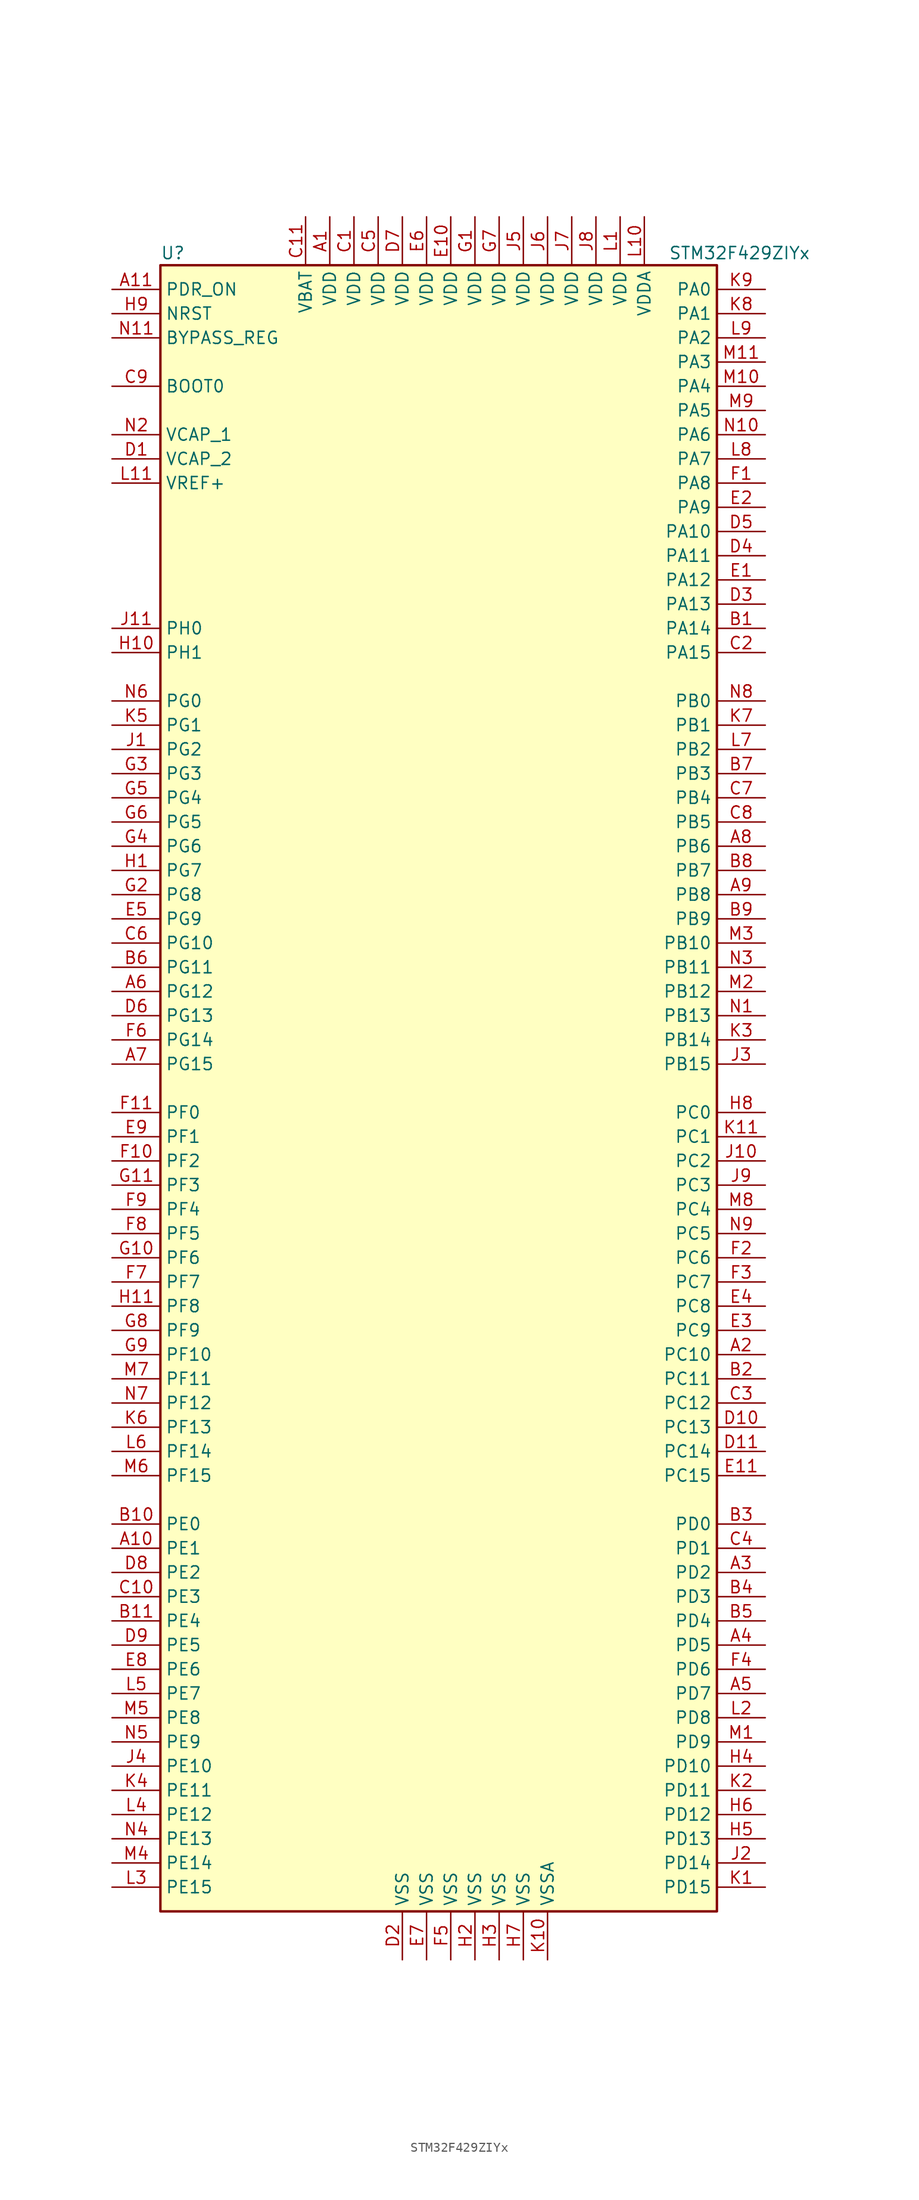
<source format=kicad_sym>
(kicad_symbol_lib
  (version 20201005)
  (generator kicad_symbol_editor)
  (symbol "STM32F429ZIYx"
    (property "Reference" "U"
      (at -30.48 87.63 0)
      (effects (font (size 1.27 1.27)) (justify left)))
    (property "Value" "STM32F429ZIYx"
      (at 22.86 87.63 0)
      (effects (font (size 1.27 1.27)) (justify left)))
    (symbol "STM32F429ZIYx_0_1"
      (rectangle (start -30.48 -86.36) (end 27.94 86.36) (stroke (width 0.254)) (fill (type background))))
    (symbol "STM32F429ZIYx_1_1"
      (pin input line (at -35.56 73.66 0) (length 5.08) (name "BOOT0" (effects (font (size 1.27 1.27)))) (number "C9" (effects (font (size 1.27 1.27)))))
      (pin input line (at -35.56 78.74 0) (length 5.08) (name "BYPASS_REG" (effects (font (size 1.27 1.27)))) (number "N11" (effects (font (size 1.27 1.27)))))
      (pin input line (at -35.56 81.28 0) (length 5.08) (name "NRST" (effects (font (size 1.27 1.27)))) (number "H9" (effects (font (size 1.27 1.27)))))
      (pin bidirectional line (at 33.02 83.82 180) (length 5.08) (name "PA0" (effects (font (size 1.27 1.27)))) (number "K9" (effects (font (size 1.27 1.27)))))
      (pin bidirectional line (at 33.02 81.28 180) (length 5.08) (name "PA1" (effects (font (size 1.27 1.27)))) (number "K8" (effects (font (size 1.27 1.27)))))
      (pin bidirectional line (at 33.02 58.42 180) (length 5.08) (name "PA10" (effects (font (size 1.27 1.27)))) (number "D5" (effects (font (size 1.27 1.27)))))
      (pin bidirectional line (at 33.02 55.88 180) (length 5.08) (name "PA11" (effects (font (size 1.27 1.27)))) (number "D4" (effects (font (size 1.27 1.27)))))
      (pin bidirectional line (at 33.02 53.34 180) (length 5.08) (name "PA12" (effects (font (size 1.27 1.27)))) (number "E1" (effects (font (size 1.27 1.27)))))
      (pin bidirectional line (at 33.02 50.8 180) (length 5.08) (name "PA13" (effects (font (size 1.27 1.27)))) (number "D3" (effects (font (size 1.27 1.27)))))
      (pin bidirectional line (at 33.02 48.26 180) (length 5.08) (name "PA14" (effects (font (size 1.27 1.27)))) (number "B1" (effects (font (size 1.27 1.27)))))
      (pin bidirectional line (at 33.02 45.72 180) (length 5.08) (name "PA15" (effects (font (size 1.27 1.27)))) (number "C2" (effects (font (size 1.27 1.27)))))
      (pin bidirectional line (at 33.02 78.74 180) (length 5.08) (name "PA2" (effects (font (size 1.27 1.27)))) (number "L9" (effects (font (size 1.27 1.27)))))
      (pin bidirectional line (at 33.02 76.2 180) (length 5.08) (name "PA3" (effects (font (size 1.27 1.27)))) (number "M11" (effects (font (size 1.27 1.27)))))
      (pin bidirectional line (at 33.02 73.66 180) (length 5.08) (name "PA4" (effects (font (size 1.27 1.27)))) (number "M10" (effects (font (size 1.27 1.27)))))
      (pin bidirectional line (at 33.02 71.12 180) (length 5.08) (name "PA5" (effects (font (size 1.27 1.27)))) (number "M9" (effects (font (size 1.27 1.27)))))
      (pin bidirectional line (at 33.02 68.58 180) (length 5.08) (name "PA6" (effects (font (size 1.27 1.27)))) (number "N10" (effects (font (size 1.27 1.27)))))
      (pin bidirectional line (at 33.02 66.04 180) (length 5.08) (name "PA7" (effects (font (size 1.27 1.27)))) (number "L8" (effects (font (size 1.27 1.27)))))
      (pin bidirectional line (at 33.02 63.5 180) (length 5.08) (name "PA8" (effects (font (size 1.27 1.27)))) (number "F1" (effects (font (size 1.27 1.27)))))
      (pin bidirectional line (at 33.02 60.96 180) (length 5.08) (name "PA9" (effects (font (size 1.27 1.27)))) (number "E2" (effects (font (size 1.27 1.27)))))
      (pin bidirectional line (at 33.02 40.64 180) (length 5.08) (name "PB0" (effects (font (size 1.27 1.27)))) (number "N8" (effects (font (size 1.27 1.27)))))
      (pin bidirectional line (at 33.02 38.1 180) (length 5.08) (name "PB1" (effects (font (size 1.27 1.27)))) (number "K7" (effects (font (size 1.27 1.27)))))
      (pin bidirectional line (at 33.02 15.24 180) (length 5.08) (name "PB10" (effects (font (size 1.27 1.27)))) (number "M3" (effects (font (size 1.27 1.27)))))
      (pin bidirectional line (at 33.02 12.7 180) (length 5.08) (name "PB11" (effects (font (size 1.27 1.27)))) (number "N3" (effects (font (size 1.27 1.27)))))
      (pin bidirectional line (at 33.02 10.16 180) (length 5.08) (name "PB12" (effects (font (size 1.27 1.27)))) (number "M2" (effects (font (size 1.27 1.27)))))
      (pin bidirectional line (at 33.02 7.62 180) (length 5.08) (name "PB13" (effects (font (size 1.27 1.27)))) (number "N1" (effects (font (size 1.27 1.27)))))
      (pin bidirectional line (at 33.02 5.08 180) (length 5.08) (name "PB14" (effects (font (size 1.27 1.27)))) (number "K3" (effects (font (size 1.27 1.27)))))
      (pin bidirectional line (at 33.02 2.54 180) (length 5.08) (name "PB15" (effects (font (size 1.27 1.27)))) (number "J3" (effects (font (size 1.27 1.27)))))
      (pin bidirectional line (at 33.02 35.56 180) (length 5.08) (name "PB2" (effects (font (size 1.27 1.27)))) (number "L7" (effects (font (size 1.27 1.27)))))
      (pin bidirectional line (at 33.02 33.02 180) (length 5.08) (name "PB3" (effects (font (size 1.27 1.27)))) (number "B7" (effects (font (size 1.27 1.27)))))
      (pin bidirectional line (at 33.02 30.48 180) (length 5.08) (name "PB4" (effects (font (size 1.27 1.27)))) (number "C7" (effects (font (size 1.27 1.27)))))
      (pin bidirectional line (at 33.02 27.94 180) (length 5.08) (name "PB5" (effects (font (size 1.27 1.27)))) (number "C8" (effects (font (size 1.27 1.27)))))
      (pin bidirectional line (at 33.02 25.4 180) (length 5.08) (name "PB6" (effects (font (size 1.27 1.27)))) (number "A8" (effects (font (size 1.27 1.27)))))
      (pin bidirectional line (at 33.02 22.86 180) (length 5.08) (name "PB7" (effects (font (size 1.27 1.27)))) (number "B8" (effects (font (size 1.27 1.27)))))
      (pin bidirectional line (at 33.02 20.32 180) (length 5.08) (name "PB8" (effects (font (size 1.27 1.27)))) (number "A9" (effects (font (size 1.27 1.27)))))
      (pin bidirectional line (at 33.02 17.78 180) (length 5.08) (name "PB9" (effects (font (size 1.27 1.27)))) (number "B9" (effects (font (size 1.27 1.27)))))
      (pin bidirectional line (at 33.02 -2.54 180) (length 5.08) (name "PC0" (effects (font (size 1.27 1.27)))) (number "H8" (effects (font (size 1.27 1.27)))))
      (pin bidirectional line (at 33.02 -5.08 180) (length 5.08) (name "PC1" (effects (font (size 1.27 1.27)))) (number "K11" (effects (font (size 1.27 1.27)))))
      (pin bidirectional line (at 33.02 -27.94 180) (length 5.08) (name "PC10" (effects (font (size 1.27 1.27)))) (number "A2" (effects (font (size 1.27 1.27)))))
      (pin bidirectional line (at 33.02 -30.48 180) (length 5.08) (name "PC11" (effects (font (size 1.27 1.27)))) (number "B2" (effects (font (size 1.27 1.27)))))
      (pin bidirectional line (at 33.02 -33.02 180) (length 5.08) (name "PC12" (effects (font (size 1.27 1.27)))) (number "C3" (effects (font (size 1.27 1.27)))))
      (pin bidirectional line (at 33.02 -35.56 180) (length 5.08) (name "PC13" (effects (font (size 1.27 1.27)))) (number "D10" (effects (font (size 1.27 1.27)))))
      (pin bidirectional line (at 33.02 -38.1 180) (length 5.08) (name "PC14" (effects (font (size 1.27 1.27)))) (number "D11" (effects (font (size 1.27 1.27)))))
      (pin bidirectional line (at 33.02 -40.64 180) (length 5.08) (name "PC15" (effects (font (size 1.27 1.27)))) (number "E11" (effects (font (size 1.27 1.27)))))
      (pin bidirectional line (at 33.02 -7.62 180) (length 5.08) (name "PC2" (effects (font (size 1.27 1.27)))) (number "J10" (effects (font (size 1.27 1.27)))))
      (pin bidirectional line (at 33.02 -10.16 180) (length 5.08) (name "PC3" (effects (font (size 1.27 1.27)))) (number "J9" (effects (font (size 1.27 1.27)))))
      (pin bidirectional line (at 33.02 -12.7 180) (length 5.08) (name "PC4" (effects (font (size 1.27 1.27)))) (number "M8" (effects (font (size 1.27 1.27)))))
      (pin bidirectional line (at 33.02 -15.24 180) (length 5.08) (name "PC5" (effects (font (size 1.27 1.27)))) (number "N9" (effects (font (size 1.27 1.27)))))
      (pin bidirectional line (at 33.02 -17.78 180) (length 5.08) (name "PC6" (effects (font (size 1.27 1.27)))) (number "F2" (effects (font (size 1.27 1.27)))))
      (pin bidirectional line (at 33.02 -20.32 180) (length 5.08) (name "PC7" (effects (font (size 1.27 1.27)))) (number "F3" (effects (font (size 1.27 1.27)))))
      (pin bidirectional line (at 33.02 -22.86 180) (length 5.08) (name "PC8" (effects (font (size 1.27 1.27)))) (number "E4" (effects (font (size 1.27 1.27)))))
      (pin bidirectional line (at 33.02 -25.4 180) (length 5.08) (name "PC9" (effects (font (size 1.27 1.27)))) (number "E3" (effects (font (size 1.27 1.27)))))
      (pin bidirectional line (at 33.02 -45.72 180) (length 5.08) (name "PD0" (effects (font (size 1.27 1.27)))) (number "B3" (effects (font (size 1.27 1.27)))))
      (pin bidirectional line (at 33.02 -48.26 180) (length 5.08) (name "PD1" (effects (font (size 1.27 1.27)))) (number "C4" (effects (font (size 1.27 1.27)))))
      (pin bidirectional line (at 33.02 -71.12 180) (length 5.08) (name "PD10" (effects (font (size 1.27 1.27)))) (number "H4" (effects (font (size 1.27 1.27)))))
      (pin bidirectional line (at 33.02 -73.66 180) (length 5.08) (name "PD11" (effects (font (size 1.27 1.27)))) (number "K2" (effects (font (size 1.27 1.27)))))
      (pin bidirectional line (at 33.02 -76.2 180) (length 5.08) (name "PD12" (effects (font (size 1.27 1.27)))) (number "H6" (effects (font (size 1.27 1.27)))))
      (pin bidirectional line (at 33.02 -78.74 180) (length 5.08) (name "PD13" (effects (font (size 1.27 1.27)))) (number "H5" (effects (font (size 1.27 1.27)))))
      (pin bidirectional line (at 33.02 -81.28 180) (length 5.08) (name "PD14" (effects (font (size 1.27 1.27)))) (number "J2" (effects (font (size 1.27 1.27)))))
      (pin bidirectional line (at 33.02 -83.82 180) (length 5.08) (name "PD15" (effects (font (size 1.27 1.27)))) (number "K1" (effects (font (size 1.27 1.27)))))
      (pin bidirectional line (at 33.02 -50.8 180) (length 5.08) (name "PD2" (effects (font (size 1.27 1.27)))) (number "A3" (effects (font (size 1.27 1.27)))))
      (pin bidirectional line (at 33.02 -53.34 180) (length 5.08) (name "PD3" (effects (font (size 1.27 1.27)))) (number "B4" (effects (font (size 1.27 1.27)))))
      (pin bidirectional line (at 33.02 -55.88 180) (length 5.08) (name "PD4" (effects (font (size 1.27 1.27)))) (number "B5" (effects (font (size 1.27 1.27)))))
      (pin bidirectional line (at 33.02 -58.42 180) (length 5.08) (name "PD5" (effects (font (size 1.27 1.27)))) (number "A4" (effects (font (size 1.27 1.27)))))
      (pin bidirectional line (at 33.02 -60.96 180) (length 5.08) (name "PD6" (effects (font (size 1.27 1.27)))) (number "F4" (effects (font (size 1.27 1.27)))))
      (pin bidirectional line (at 33.02 -63.5 180) (length 5.08) (name "PD7" (effects (font (size 1.27 1.27)))) (number "A5" (effects (font (size 1.27 1.27)))))
      (pin bidirectional line (at 33.02 -66.04 180) (length 5.08) (name "PD8" (effects (font (size 1.27 1.27)))) (number "L2" (effects (font (size 1.27 1.27)))))
      (pin bidirectional line (at 33.02 -68.58 180) (length 5.08) (name "PD9" (effects (font (size 1.27 1.27)))) (number "M1" (effects (font (size 1.27 1.27)))))
      (pin input line (at -35.56 83.82 0) (length 5.08) (name "PDR_ON" (effects (font (size 1.27 1.27)))) (number "A11" (effects (font (size 1.27 1.27)))))
      (pin bidirectional line (at -35.56 -45.72 0) (length 5.08) (name "PE0" (effects (font (size 1.27 1.27)))) (number "B10" (effects (font (size 1.27 1.27)))))
      (pin bidirectional line (at -35.56 -48.26 0) (length 5.08) (name "PE1" (effects (font (size 1.27 1.27)))) (number "A10" (effects (font (size 1.27 1.27)))))
      (pin bidirectional line (at -35.56 -71.12 0) (length 5.08) (name "PE10" (effects (font (size 1.27 1.27)))) (number "J4" (effects (font (size 1.27 1.27)))))
      (pin bidirectional line (at -35.56 -73.66 0) (length 5.08) (name "PE11" (effects (font (size 1.27 1.27)))) (number "K4" (effects (font (size 1.27 1.27)))))
      (pin bidirectional line (at -35.56 -76.2 0) (length 5.08) (name "PE12" (effects (font (size 1.27 1.27)))) (number "L4" (effects (font (size 1.27 1.27)))))
      (pin bidirectional line (at -35.56 -78.74 0) (length 5.08) (name "PE13" (effects (font (size 1.27 1.27)))) (number "N4" (effects (font (size 1.27 1.27)))))
      (pin bidirectional line (at -35.56 -81.28 0) (length 5.08) (name "PE14" (effects (font (size 1.27 1.27)))) (number "M4" (effects (font (size 1.27 1.27)))))
      (pin bidirectional line (at -35.56 -83.82 0) (length 5.08) (name "PE15" (effects (font (size 1.27 1.27)))) (number "L3" (effects (font (size 1.27 1.27)))))
      (pin bidirectional line (at -35.56 -50.8 0) (length 5.08) (name "PE2" (effects (font (size 1.27 1.27)))) (number "D8" (effects (font (size 1.27 1.27)))))
      (pin bidirectional line (at -35.56 -53.34 0) (length 5.08) (name "PE3" (effects (font (size 1.27 1.27)))) (number "C10" (effects (font (size 1.27 1.27)))))
      (pin bidirectional line (at -35.56 -55.88 0) (length 5.08) (name "PE4" (effects (font (size 1.27 1.27)))) (number "B11" (effects (font (size 1.27 1.27)))))
      (pin bidirectional line (at -35.56 -58.42 0) (length 5.08) (name "PE5" (effects (font (size 1.27 1.27)))) (number "D9" (effects (font (size 1.27 1.27)))))
      (pin bidirectional line (at -35.56 -60.96 0) (length 5.08) (name "PE6" (effects (font (size 1.27 1.27)))) (number "E8" (effects (font (size 1.27 1.27)))))
      (pin bidirectional line (at -35.56 -63.5 0) (length 5.08) (name "PE7" (effects (font (size 1.27 1.27)))) (number "L5" (effects (font (size 1.27 1.27)))))
      (pin bidirectional line (at -35.56 -66.04 0) (length 5.08) (name "PE8" (effects (font (size 1.27 1.27)))) (number "M5" (effects (font (size 1.27 1.27)))))
      (pin bidirectional line (at -35.56 -68.58 0) (length 5.08) (name "PE9" (effects (font (size 1.27 1.27)))) (number "N5" (effects (font (size 1.27 1.27)))))
      (pin bidirectional line (at -35.56 -2.54 0) (length 5.08) (name "PF0" (effects (font (size 1.27 1.27)))) (number "F11" (effects (font (size 1.27 1.27)))))
      (pin bidirectional line (at -35.56 -5.08 0) (length 5.08) (name "PF1" (effects (font (size 1.27 1.27)))) (number "E9" (effects (font (size 1.27 1.27)))))
      (pin bidirectional line (at -35.56 -27.94 0) (length 5.08) (name "PF10" (effects (font (size 1.27 1.27)))) (number "G9" (effects (font (size 1.27 1.27)))))
      (pin bidirectional line (at -35.56 -30.48 0) (length 5.08) (name "PF11" (effects (font (size 1.27 1.27)))) (number "M7" (effects (font (size 1.27 1.27)))))
      (pin bidirectional line (at -35.56 -33.02 0) (length 5.08) (name "PF12" (effects (font (size 1.27 1.27)))) (number "N7" (effects (font (size 1.27 1.27)))))
      (pin bidirectional line (at -35.56 -35.56 0) (length 5.08) (name "PF13" (effects (font (size 1.27 1.27)))) (number "K6" (effects (font (size 1.27 1.27)))))
      (pin bidirectional line (at -35.56 -38.1 0) (length 5.08) (name "PF14" (effects (font (size 1.27 1.27)))) (number "L6" (effects (font (size 1.27 1.27)))))
      (pin bidirectional line (at -35.56 -40.64 0) (length 5.08) (name "PF15" (effects (font (size 1.27 1.27)))) (number "M6" (effects (font (size 1.27 1.27)))))
      (pin bidirectional line (at -35.56 -7.62 0) (length 5.08) (name "PF2" (effects (font (size 1.27 1.27)))) (number "F10" (effects (font (size 1.27 1.27)))))
      (pin bidirectional line (at -35.56 -10.16 0) (length 5.08) (name "PF3" (effects (font (size 1.27 1.27)))) (number "G11" (effects (font (size 1.27 1.27)))))
      (pin bidirectional line (at -35.56 -12.7 0) (length 5.08) (name "PF4" (effects (font (size 1.27 1.27)))) (number "F9" (effects (font (size 1.27 1.27)))))
      (pin bidirectional line (at -35.56 -15.24 0) (length 5.08) (name "PF5" (effects (font (size 1.27 1.27)))) (number "F8" (effects (font (size 1.27 1.27)))))
      (pin bidirectional line (at -35.56 -17.78 0) (length 5.08) (name "PF6" (effects (font (size 1.27 1.27)))) (number "G10" (effects (font (size 1.27 1.27)))))
      (pin bidirectional line (at -35.56 -20.32 0) (length 5.08) (name "PF7" (effects (font (size 1.27 1.27)))) (number "F7" (effects (font (size 1.27 1.27)))))
      (pin bidirectional line (at -35.56 -22.86 0) (length 5.08) (name "PF8" (effects (font (size 1.27 1.27)))) (number "H11" (effects (font (size 1.27 1.27)))))
      (pin bidirectional line (at -35.56 -25.4 0) (length 5.08) (name "PF9" (effects (font (size 1.27 1.27)))) (number "G8" (effects (font (size 1.27 1.27)))))
      (pin bidirectional line (at -35.56 40.64 0) (length 5.08) (name "PG0" (effects (font (size 1.27 1.27)))) (number "N6" (effects (font (size 1.27 1.27)))))
      (pin bidirectional line (at -35.56 38.1 0) (length 5.08) (name "PG1" (effects (font (size 1.27 1.27)))) (number "K5" (effects (font (size 1.27 1.27)))))
      (pin bidirectional line (at -35.56 15.24 0) (length 5.08) (name "PG10" (effects (font (size 1.27 1.27)))) (number "C6" (effects (font (size 1.27 1.27)))))
      (pin bidirectional line (at -35.56 12.7 0) (length 5.08) (name "PG11" (effects (font (size 1.27 1.27)))) (number "B6" (effects (font (size 1.27 1.27)))))
      (pin bidirectional line (at -35.56 10.16 0) (length 5.08) (name "PG12" (effects (font (size 1.27 1.27)))) (number "A6" (effects (font (size 1.27 1.27)))))
      (pin bidirectional line (at -35.56 7.62 0) (length 5.08) (name "PG13" (effects (font (size 1.27 1.27)))) (number "D6" (effects (font (size 1.27 1.27)))))
      (pin bidirectional line (at -35.56 5.08 0) (length 5.08) (name "PG14" (effects (font (size 1.27 1.27)))) (number "F6" (effects (font (size 1.27 1.27)))))
      (pin bidirectional line (at -35.56 2.54 0) (length 5.08) (name "PG15" (effects (font (size 1.27 1.27)))) (number "A7" (effects (font (size 1.27 1.27)))))
      (pin bidirectional line (at -35.56 35.56 0) (length 5.08) (name "PG2" (effects (font (size 1.27 1.27)))) (number "J1" (effects (font (size 1.27 1.27)))))
      (pin bidirectional line (at -35.56 33.02 0) (length 5.08) (name "PG3" (effects (font (size 1.27 1.27)))) (number "G3" (effects (font (size 1.27 1.27)))))
      (pin bidirectional line (at -35.56 30.48 0) (length 5.08) (name "PG4" (effects (font (size 1.27 1.27)))) (number "G5" (effects (font (size 1.27 1.27)))))
      (pin bidirectional line (at -35.56 27.94 0) (length 5.08) (name "PG5" (effects (font (size 1.27 1.27)))) (number "G6" (effects (font (size 1.27 1.27)))))
      (pin bidirectional line (at -35.56 25.4 0) (length 5.08) (name "PG6" (effects (font (size 1.27 1.27)))) (number "G4" (effects (font (size 1.27 1.27)))))
      (pin bidirectional line (at -35.56 22.86 0) (length 5.08) (name "PG7" (effects (font (size 1.27 1.27)))) (number "H1" (effects (font (size 1.27 1.27)))))
      (pin bidirectional line (at -35.56 20.32 0) (length 5.08) (name "PG8" (effects (font (size 1.27 1.27)))) (number "G2" (effects (font (size 1.27 1.27)))))
      (pin bidirectional line (at -35.56 17.78 0) (length 5.08) (name "PG9" (effects (font (size 1.27 1.27)))) (number "E5" (effects (font (size 1.27 1.27)))))
      (pin input line (at -35.56 48.26 0) (length 5.08) (name "PH0" (effects (font (size 1.27 1.27)))) (number "J11" (effects (font (size 1.27 1.27)))))
      (pin input line (at -35.56 45.72 0) (length 5.08) (name "PH1" (effects (font (size 1.27 1.27)))) (number "H10" (effects (font (size 1.27 1.27)))))
      (pin power_in line (at -15.24 91.44 270) (length 5.08) (name "VBAT" (effects (font (size 1.27 1.27)))) (number "C11" (effects (font (size 1.27 1.27)))))
      (pin power_in line (at -35.56 68.58 0) (length 5.08) (name "VCAP_1" (effects (font (size 1.27 1.27)))) (number "N2" (effects (font (size 1.27 1.27)))))
      (pin power_in line (at -35.56 66.04 0) (length 5.08) (name "VCAP_2" (effects (font (size 1.27 1.27)))) (number "D1" (effects (font (size 1.27 1.27)))))
      (pin power_in line (at -12.7 91.44 270) (length 5.08) (name "VDD" (effects (font (size 1.27 1.27)))) (number "A1" (effects (font (size 1.27 1.27)))))
      (pin power_in line (at -10.16 91.44 270) (length 5.08) (name "VDD" (effects (font (size 1.27 1.27)))) (number "C1" (effects (font (size 1.27 1.27)))))
      (pin power_in line (at -7.62 91.44 270) (length 5.08) (name "VDD" (effects (font (size 1.27 1.27)))) (number "C5" (effects (font (size 1.27 1.27)))))
      (pin power_in line (at -5.08 91.44 270) (length 5.08) (name "VDD" (effects (font (size 1.27 1.27)))) (number "D7" (effects (font (size 1.27 1.27)))))
      (pin power_in line (at 0 91.44 270) (length 5.08) (name "VDD" (effects (font (size 1.27 1.27)))) (number "E10" (effects (font (size 1.27 1.27)))))
      (pin power_in line (at -2.54 91.44 270) (length 5.08) (name "VDD" (effects (font (size 1.27 1.27)))) (number "E6" (effects (font (size 1.27 1.27)))))
      (pin power_in line (at 2.54 91.44 270) (length 5.08) (name "VDD" (effects (font (size 1.27 1.27)))) (number "G1" (effects (font (size 1.27 1.27)))))
      (pin power_in line (at 5.08 91.44 270) (length 5.08) (name "VDD" (effects (font (size 1.27 1.27)))) (number "G7" (effects (font (size 1.27 1.27)))))
      (pin power_in line (at 7.62 91.44 270) (length 5.08) (name "VDD" (effects (font (size 1.27 1.27)))) (number "J5" (effects (font (size 1.27 1.27)))))
      (pin power_in line (at 10.16 91.44 270) (length 5.08) (name "VDD" (effects (font (size 1.27 1.27)))) (number "J6" (effects (font (size 1.27 1.27)))))
      (pin power_in line (at 12.7 91.44 270) (length 5.08) (name "VDD" (effects (font (size 1.27 1.27)))) (number "J7" (effects (font (size 1.27 1.27)))))
      (pin power_in line (at 15.24 91.44 270) (length 5.08) (name "VDD" (effects (font (size 1.27 1.27)))) (number "J8" (effects (font (size 1.27 1.27)))))
      (pin power_in line (at 17.78 91.44 270) (length 5.08) (name "VDD" (effects (font (size 1.27 1.27)))) (number "L1" (effects (font (size 1.27 1.27)))))
      (pin power_in line (at 20.32 91.44 270) (length 5.08) (name "VDDA" (effects (font (size 1.27 1.27)))) (number "L10" (effects (font (size 1.27 1.27)))))
      (pin power_in line (at -35.56 63.5 0) (length 5.08) (name "VREF+" (effects (font (size 1.27 1.27)))) (number "L11" (effects (font (size 1.27 1.27)))))
      (pin power_in line (at -5.08 -91.44 90) (length 5.08) (name "VSS" (effects (font (size 1.27 1.27)))) (number "D2" (effects (font (size 1.27 1.27)))))
      (pin power_in line (at -2.54 -91.44 90) (length 5.08) (name "VSS" (effects (font (size 1.27 1.27)))) (number "E7" (effects (font (size 1.27 1.27)))))
      (pin power_in line (at 0 -91.44 90) (length 5.08) (name "VSS" (effects (font (size 1.27 1.27)))) (number "F5" (effects (font (size 1.27 1.27)))))
      (pin power_in line (at 2.54 -91.44 90) (length 5.08) (name "VSS" (effects (font (size 1.27 1.27)))) (number "H2" (effects (font (size 1.27 1.27)))))
      (pin power_in line (at 5.08 -91.44 90) (length 5.08) (name "VSS" (effects (font (size 1.27 1.27)))) (number "H3" (effects (font (size 1.27 1.27)))))
      (pin power_in line (at 7.62 -91.44 90) (length 5.08) (name "VSS" (effects (font (size 1.27 1.27)))) (number "H7" (effects (font (size 1.27 1.27)))))
      (pin power_in line (at 10.16 -91.44 90) (length 5.08) (name "VSSA" (effects (font (size 1.27 1.27)))) (number "K10" (effects (font (size 1.27 1.27))))))))
</source>
